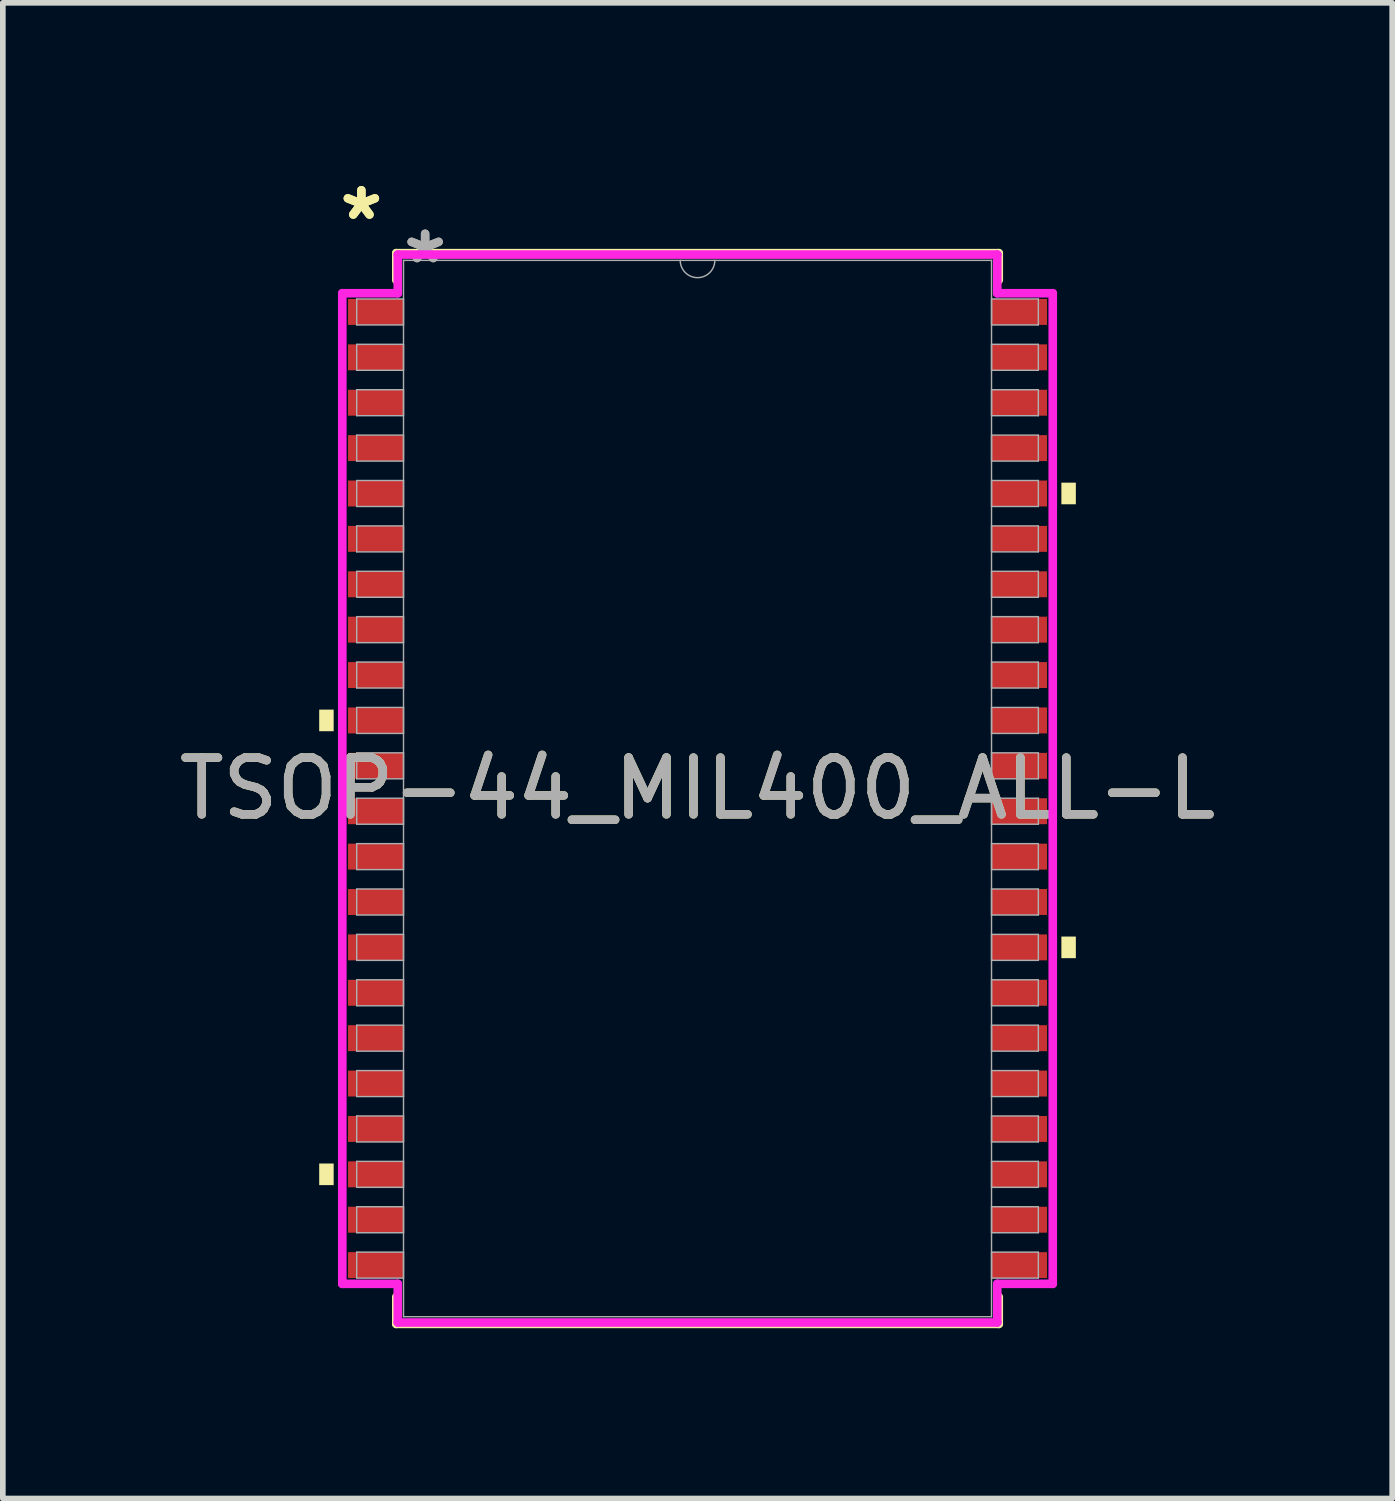
<source format=kicad_pcb>
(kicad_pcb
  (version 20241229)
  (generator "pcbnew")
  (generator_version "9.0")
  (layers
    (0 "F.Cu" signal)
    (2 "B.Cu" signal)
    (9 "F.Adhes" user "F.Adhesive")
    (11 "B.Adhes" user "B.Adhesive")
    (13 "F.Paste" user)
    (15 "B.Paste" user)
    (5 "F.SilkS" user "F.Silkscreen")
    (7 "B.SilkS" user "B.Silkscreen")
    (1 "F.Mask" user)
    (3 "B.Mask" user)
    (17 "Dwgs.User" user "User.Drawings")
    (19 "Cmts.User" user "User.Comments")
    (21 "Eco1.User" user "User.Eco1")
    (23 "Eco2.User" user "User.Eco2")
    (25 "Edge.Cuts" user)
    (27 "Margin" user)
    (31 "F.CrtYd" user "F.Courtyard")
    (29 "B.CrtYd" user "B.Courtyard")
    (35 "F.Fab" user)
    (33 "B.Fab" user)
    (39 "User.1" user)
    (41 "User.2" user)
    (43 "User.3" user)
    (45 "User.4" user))
  (footprint "TSOP-44_MIL400_ALL-L"
    (layer "F.Cu")
    (at 9.244 10.848)
    (property "Reference" "TSOP-44_MIL400_ALL-L" (at 0 0 0) (unlocked yes) (layer "F.SilkS") (effects (font (size 1 1) (thickness 0.15))))
    (attr smd)
    (fp_line (start -5.309 -9.436) (end -5.309 -8.961) (stroke (width 0.152) (type solid)) (layer "F.SilkS"))
    (fp_line (start -5.309 8.961) (end -5.309 9.436) (stroke (width 0.152) (type solid)) (layer "F.SilkS"))
    (fp_line (start -5.309 9.436) (end 5.309 9.436) (stroke (width 0.152) (type solid)) (layer "F.SilkS"))
    (fp_line (start 5.309 -9.436) (end -5.309 -9.436) (stroke (width 0.152) (type solid)) (layer "F.SilkS"))
    (fp_line (start 5.309 -8.961) (end 5.309 -9.436) (stroke (width 0.152) (type solid)) (layer "F.SilkS"))
    (fp_line (start 5.309 9.436) (end 5.309 8.961) (stroke (width 0.152) (type solid)) (layer "F.SilkS"))
    (fp_poly (pts (xy -6.668 -1.391) (xy -6.668 -1.01) (xy -6.413 -1.01) (xy -6.413 -1.391)) (stroke (width 0) (type solid)) (fill yes) (layer "F.SilkS"))
    (fp_poly (pts (xy -6.668 6.609) (xy -6.668 6.99) (xy -6.413 6.99) (xy -6.413 6.609)) (stroke (width 0) (type solid)) (fill yes) (layer "F.SilkS"))
    (fp_poly (pts (xy 6.668 -5.391) (xy 6.668 -5.01) (xy 6.413 -5.01) (xy 6.413 -5.391)) (stroke (width 0) (type solid)) (fill yes) (layer "F.SilkS"))
    (fp_poly (pts (xy 6.668 2.609) (xy 6.668 2.99) (xy 6.413 2.99) (xy 6.413 2.609)) (stroke (width 0) (type solid)) (fill yes) (layer "F.SilkS"))
    (fp_line (start -6.261 -8.73) (end -5.283 -8.73) (stroke (width 0.152) (type solid)) (layer "F.CrtYd"))
    (fp_line (start -6.261 8.73) (end -6.261 -8.73) (stroke (width 0.152) (type solid)) (layer "F.CrtYd"))
    (fp_line (start -6.261 8.73) (end -5.283 8.73) (stroke (width 0.152) (type solid)) (layer "F.CrtYd"))
    (fp_line (start -5.283 -9.411) (end 5.283 -9.411) (stroke (width 0.152) (type solid)) (layer "F.CrtYd"))
    (fp_line (start -5.283 -8.73) (end -5.283 -9.411) (stroke (width 0.152) (type solid)) (layer "F.CrtYd"))
    (fp_line (start -5.283 9.411) (end -5.283 8.73) (stroke (width 0.152) (type solid)) (layer "F.CrtYd"))
    (fp_line (start 5.283 -9.411) (end 5.283 -8.73) (stroke (width 0.152) (type solid)) (layer "F.CrtYd"))
    (fp_line (start 5.283 8.73) (end 5.283 9.411) (stroke (width 0.152) (type solid)) (layer "F.CrtYd"))
    (fp_line (start 5.283 9.411) (end -5.283 9.411) (stroke (width 0.152) (type solid)) (layer "F.CrtYd"))
    (fp_line (start 6.261 -8.73) (end 5.283 -8.73) (stroke (width 0.152) (type solid)) (layer "F.CrtYd"))
    (fp_line (start 6.261 -8.73) (end 6.261 8.73) (stroke (width 0.152) (type solid)) (layer "F.CrtYd"))
    (fp_line (start 6.261 8.73) (end 5.283 8.73) (stroke (width 0.152) (type solid)) (layer "F.CrtYd"))
    (fp_line (start -6.007 -8.629) (end -6.007 -8.171) (stroke (width 0.025) (type solid)) (layer "F.Fab"))
    (fp_line (start -6.007 -8.171) (end -5.182 -8.171) (stroke (width 0.025) (type solid)) (layer "F.Fab"))
    (fp_line (start -6.007 -7.829) (end -6.007 -7.371) (stroke (width 0.025) (type solid)) (layer "F.Fab"))
    (fp_line (start -6.007 -7.371) (end -5.182 -7.371) (stroke (width 0.025) (type solid)) (layer "F.Fab"))
    (fp_line (start -6.007 -7.029) (end -6.007 -6.571) (stroke (width 0.025) (type solid)) (layer "F.Fab"))
    (fp_line (start -6.007 -6.571) (end -5.182 -6.571) (stroke (width 0.025) (type solid)) (layer "F.Fab"))
    (fp_line (start -6.007 -6.229) (end -6.007 -5.771) (stroke (width 0.025) (type solid)) (layer "F.Fab"))
    (fp_line (start -6.007 -5.771) (end -5.182 -5.771) (stroke (width 0.025) (type solid)) (layer "F.Fab"))
    (fp_line (start -6.007 -5.429) (end -6.007 -4.971) (stroke (width 0.025) (type solid)) (layer "F.Fab"))
    (fp_line (start -6.007 -4.971) (end -5.182 -4.971) (stroke (width 0.025) (type solid)) (layer "F.Fab"))
    (fp_line (start -6.007 -4.629) (end -6.007 -4.171) (stroke (width 0.025) (type solid)) (layer "F.Fab"))
    (fp_line (start -6.007 -4.171) (end -5.182 -4.171) (stroke (width 0.025) (type solid)) (layer "F.Fab"))
    (fp_line (start -6.007 -3.829) (end -6.007 -3.371) (stroke (width 0.025) (type solid)) (layer "F.Fab"))
    (fp_line (start -6.007 -3.371) (end -5.182 -3.371) (stroke (width 0.025) (type solid)) (layer "F.Fab"))
    (fp_line (start -6.007 -3.029) (end -6.007 -2.571) (stroke (width 0.025) (type solid)) (layer "F.Fab"))
    (fp_line (start -6.007 -2.571) (end -5.182 -2.571) (stroke (width 0.025) (type solid)) (layer "F.Fab"))
    (fp_line (start -6.007 -2.229) (end -6.007 -1.771) (stroke (width 0.025) (type solid)) (layer "F.Fab"))
    (fp_line (start -6.007 -1.771) (end -5.182 -1.771) (stroke (width 0.025) (type solid)) (layer "F.Fab"))
    (fp_line (start -6.007 -1.429) (end -6.007 -0.971) (stroke (width 0.025) (type solid)) (layer "F.Fab"))
    (fp_line (start -6.007 -0.971) (end -5.182 -0.971) (stroke (width 0.025) (type solid)) (layer "F.Fab"))
    (fp_line (start -6.007 -0.629) (end -6.007 -0.171) (stroke (width 0.025) (type solid)) (layer "F.Fab"))
    (fp_line (start -6.007 -0.171) (end -5.182 -0.171) (stroke (width 0.025) (type solid)) (layer "F.Fab"))
    (fp_line (start -6.007 0.171) (end -6.007 0.629) (stroke (width 0.025) (type solid)) (layer "F.Fab"))
    (fp_line (start -6.007 0.629) (end -5.182 0.629) (stroke (width 0.025) (type solid)) (layer "F.Fab"))
    (fp_line (start -6.007 0.971) (end -6.007 1.429) (stroke (width 0.025) (type solid)) (layer "F.Fab"))
    (fp_line (start -6.007 1.429) (end -5.182 1.429) (stroke (width 0.025) (type solid)) (layer "F.Fab"))
    (fp_line (start -6.007 1.771) (end -6.007 2.229) (stroke (width 0.025) (type solid)) (layer "F.Fab"))
    (fp_line (start -6.007 2.229) (end -5.182 2.229) (stroke (width 0.025) (type solid)) (layer "F.Fab"))
    (fp_line (start -6.007 2.571) (end -6.007 3.029) (stroke (width 0.025) (type solid)) (layer "F.Fab"))
    (fp_line (start -6.007 3.029) (end -5.182 3.029) (stroke (width 0.025) (type solid)) (layer "F.Fab"))
    (fp_line (start -6.007 3.371) (end -6.007 3.829) (stroke (width 0.025) (type solid)) (layer "F.Fab"))
    (fp_line (start -6.007 3.829) (end -5.182 3.829) (stroke (width 0.025) (type solid)) (layer "F.Fab"))
    (fp_line (start -6.007 4.171) (end -6.007 4.629) (stroke (width 0.025) (type solid)) (layer "F.Fab"))
    (fp_line (start -6.007 4.629) (end -5.182 4.629) (stroke (width 0.025) (type solid)) (layer "F.Fab"))
    (fp_line (start -6.007 4.971) (end -6.007 5.429) (stroke (width 0.025) (type solid)) (layer "F.Fab"))
    (fp_line (start -6.007 5.429) (end -5.182 5.429) (stroke (width 0.025) (type solid)) (layer "F.Fab"))
    (fp_line (start -6.007 5.771) (end -6.007 6.229) (stroke (width 0.025) (type solid)) (layer "F.Fab"))
    (fp_line (start -6.007 6.229) (end -5.182 6.229) (stroke (width 0.025) (type solid)) (layer "F.Fab"))
    (fp_line (start -6.007 6.571) (end -6.007 7.029) (stroke (width 0.025) (type solid)) (layer "F.Fab"))
    (fp_line (start -6.007 7.029) (end -5.182 7.029) (stroke (width 0.025) (type solid)) (layer "F.Fab"))
    (fp_line (start -6.007 7.371) (end -6.007 7.829) (stroke (width 0.025) (type solid)) (layer "F.Fab"))
    (fp_line (start -6.007 7.829) (end -5.182 7.829) (stroke (width 0.025) (type solid)) (layer "F.Fab"))
    (fp_line (start -6.007 8.171) (end -6.007 8.629) (stroke (width 0.025) (type solid)) (layer "F.Fab"))
    (fp_line (start -6.007 8.629) (end -5.182 8.629) (stroke (width 0.025) (type solid)) (layer "F.Fab"))
    (fp_line (start -5.182 -9.309) (end -5.182 9.309) (stroke (width 0.025) (type solid)) (layer "F.Fab"))
    (fp_line (start -5.182 -8.629) (end -6.007 -8.629) (stroke (width 0.025) (type solid)) (layer "F.Fab"))
    (fp_line (start -5.182 -8.171) (end -5.182 -8.629) (stroke (width 0.025) (type solid)) (layer "F.Fab"))
    (fp_line (start -5.182 -7.829) (end -6.007 -7.829) (stroke (width 0.025) (type solid)) (layer "F.Fab"))
    (fp_line (start -5.182 -7.371) (end -5.182 -7.829) (stroke (width 0.025) (type solid)) (layer "F.Fab"))
    (fp_line (start -5.182 -7.029) (end -6.007 -7.029) (stroke (width 0.025) (type solid)) (layer "F.Fab"))
    (fp_line (start -5.182 -6.571) (end -5.182 -7.029) (stroke (width 0.025) (type solid)) (layer "F.Fab"))
    (fp_line (start -5.182 -6.229) (end -6.007 -6.229) (stroke (width 0.025) (type solid)) (layer "F.Fab"))
    (fp_line (start -5.182 -5.771) (end -5.182 -6.229) (stroke (width 0.025) (type solid)) (layer "F.Fab"))
    (fp_line (start -5.182 -5.429) (end -6.007 -5.429) (stroke (width 0.025) (type solid)) (layer "F.Fab"))
    (fp_line (start -5.182 -4.971) (end -5.182 -5.429) (stroke (width 0.025) (type solid)) (layer "F.Fab"))
    (fp_line (start -5.182 -4.629) (end -6.007 -4.629) (stroke (width 0.025) (type solid)) (layer "F.Fab"))
    (fp_line (start -5.182 -4.171) (end -5.182 -4.629) (stroke (width 0.025) (type solid)) (layer "F.Fab"))
    (fp_line (start -5.182 -3.829) (end -6.007 -3.829) (stroke (width 0.025) (type solid)) (layer "F.Fab"))
    (fp_line (start -5.182 -3.371) (end -5.182 -3.829) (stroke (width 0.025) (type solid)) (layer "F.Fab"))
    (fp_line (start -5.182 -3.029) (end -6.007 -3.029) (stroke (width 0.025) (type solid)) (layer "F.Fab"))
    (fp_line (start -5.182 -2.571) (end -5.182 -3.029) (stroke (width 0.025) (type solid)) (layer "F.Fab"))
    (fp_line (start -5.182 -2.229) (end -6.007 -2.229) (stroke (width 0.025) (type solid)) (layer "F.Fab"))
    (fp_line (start -5.182 -1.771) (end -5.182 -2.229) (stroke (width 0.025) (type solid)) (layer "F.Fab"))
    (fp_line (start -5.182 -1.429) (end -6.007 -1.429) (stroke (width 0.025) (type solid)) (layer "F.Fab"))
    (fp_line (start -5.182 -0.971) (end -5.182 -1.429) (stroke (width 0.025) (type solid)) (layer "F.Fab"))
    (fp_line (start -5.182 -0.629) (end -6.007 -0.629) (stroke (width 0.025) (type solid)) (layer "F.Fab"))
    (fp_line (start -5.182 -0.171) (end -5.182 -0.629) (stroke (width 0.025) (type solid)) (layer "F.Fab"))
    (fp_line (start -5.182 0.171) (end -6.007 0.171) (stroke (width 0.025) (type solid)) (layer "F.Fab"))
    (fp_line (start -5.182 0.629) (end -5.182 0.171) (stroke (width 0.025) (type solid)) (layer "F.Fab"))
    (fp_line (start -5.182 0.971) (end -6.007 0.971) (stroke (width 0.025) (type solid)) (layer "F.Fab"))
    (fp_line (start -5.182 1.429) (end -5.182 0.971) (stroke (width 0.025) (type solid)) (layer "F.Fab"))
    (fp_line (start -5.182 1.771) (end -6.007 1.771) (stroke (width 0.025) (type solid)) (layer "F.Fab"))
    (fp_line (start -5.182 2.229) (end -5.182 1.771) (stroke (width 0.025) (type solid)) (layer "F.Fab"))
    (fp_line (start -5.182 2.571) (end -6.007 2.571) (stroke (width 0.025) (type solid)) (layer "F.Fab"))
    (fp_line (start -5.182 3.029) (end -5.182 2.571) (stroke (width 0.025) (type solid)) (layer "F.Fab"))
    (fp_line (start -5.182 3.371) (end -6.007 3.371) (stroke (width 0.025) (type solid)) (layer "F.Fab"))
    (fp_line (start -5.182 3.829) (end -5.182 3.371) (stroke (width 0.025) (type solid)) (layer "F.Fab"))
    (fp_line (start -5.182 4.171) (end -6.007 4.171) (stroke (width 0.025) (type solid)) (layer "F.Fab"))
    (fp_line (start -5.182 4.629) (end -5.182 4.171) (stroke (width 0.025) (type solid)) (layer "F.Fab"))
    (fp_line (start -5.182 4.971) (end -6.007 4.971) (stroke (width 0.025) (type solid)) (layer "F.Fab"))
    (fp_line (start -5.182 5.429) (end -5.182 4.971) (stroke (width 0.025) (type solid)) (layer "F.Fab"))
    (fp_line (start -5.182 5.771) (end -6.007 5.771) (stroke (width 0.025) (type solid)) (layer "F.Fab"))
    (fp_line (start -5.182 6.229) (end -5.182 5.771) (stroke (width 0.025) (type solid)) (layer "F.Fab"))
    (fp_line (start -5.182 6.571) (end -6.007 6.571) (stroke (width 0.025) (type solid)) (layer "F.Fab"))
    (fp_line (start -5.182 7.029) (end -5.182 6.571) (stroke (width 0.025) (type solid)) (layer "F.Fab"))
    (fp_line (start -5.182 7.371) (end -6.007 7.371) (stroke (width 0.025) (type solid)) (layer "F.Fab"))
    (fp_line (start -5.182 7.829) (end -5.182 7.371) (stroke (width 0.025) (type solid)) (layer "F.Fab"))
    (fp_line (start -5.182 8.171) (end -6.007 8.171) (stroke (width 0.025) (type solid)) (layer "F.Fab"))
    (fp_line (start -5.182 8.629) (end -5.182 8.171) (stroke (width 0.025) (type solid)) (layer "F.Fab"))
    (fp_line (start -5.182 9.309) (end 5.182 9.309) (stroke (width 0.025) (type solid)) (layer "F.Fab"))
    (fp_line (start 5.182 -9.309) (end -5.182 -9.309) (stroke (width 0.025) (type solid)) (layer "F.Fab"))
    (fp_line (start 5.182 -8.629) (end 5.182 -8.171) (stroke (width 0.025) (type solid)) (layer "F.Fab"))
    (fp_line (start 5.182 -8.171) (end 6.007 -8.171) (stroke (width 0.025) (type solid)) (layer "F.Fab"))
    (fp_line (start 5.182 -7.829) (end 5.182 -7.371) (stroke (width 0.025) (type solid)) (layer "F.Fab"))
    (fp_line (start 5.182 -7.371) (end 6.007 -7.371) (stroke (width 0.025) (type solid)) (layer "F.Fab"))
    (fp_line (start 5.182 -7.029) (end 5.182 -6.571) (stroke (width 0.025) (type solid)) (layer "F.Fab"))
    (fp_line (start 5.182 -6.571) (end 6.007 -6.571) (stroke (width 0.025) (type solid)) (layer "F.Fab"))
    (fp_line (start 5.182 -6.229) (end 5.182 -5.771) (stroke (width 0.025) (type solid)) (layer "F.Fab"))
    (fp_line (start 5.182 -5.771) (end 6.007 -5.771) (stroke (width 0.025) (type solid)) (layer "F.Fab"))
    (fp_line (start 5.182 -5.429) (end 5.182 -4.971) (stroke (width 0.025) (type solid)) (layer "F.Fab"))
    (fp_line (start 5.182 -4.971) (end 6.007 -4.971) (stroke (width 0.025) (type solid)) (layer "F.Fab"))
    (fp_line (start 5.182 -4.629) (end 5.182 -4.171) (stroke (width 0.025) (type solid)) (layer "F.Fab"))
    (fp_line (start 5.182 -4.171) (end 6.007 -4.171) (stroke (width 0.025) (type solid)) (layer "F.Fab"))
    (fp_line (start 5.182 -3.829) (end 5.182 -3.371) (stroke (width 0.025) (type solid)) (layer "F.Fab"))
    (fp_line (start 5.182 -3.371) (end 6.007 -3.371) (stroke (width 0.025) (type solid)) (layer "F.Fab"))
    (fp_line (start 5.182 -3.029) (end 5.182 -2.571) (stroke (width 0.025) (type solid)) (layer "F.Fab"))
    (fp_line (start 5.182 -2.571) (end 6.007 -2.571) (stroke (width 0.025) (type solid)) (layer "F.Fab"))
    (fp_line (start 5.182 -2.229) (end 5.182 -1.771) (stroke (width 0.025) (type solid)) (layer "F.Fab"))
    (fp_line (start 5.182 -1.771) (end 6.007 -1.771) (stroke (width 0.025) (type solid)) (layer "F.Fab"))
    (fp_line (start 5.182 -1.429) (end 5.182 -0.971) (stroke (width 0.025) (type solid)) (layer "F.Fab"))
    (fp_line (start 5.182 -0.971) (end 6.007 -0.971) (stroke (width 0.025) (type solid)) (layer "F.Fab"))
    (fp_line (start 5.182 -0.629) (end 5.182 -0.171) (stroke (width 0.025) (type solid)) (layer "F.Fab"))
    (fp_line (start 5.182 -0.171) (end 6.007 -0.171) (stroke (width 0.025) (type solid)) (layer "F.Fab"))
    (fp_line (start 5.182 0.171) (end 5.182 0.629) (stroke (width 0.025) (type solid)) (layer "F.Fab"))
    (fp_line (start 5.182 0.629) (end 6.007 0.629) (stroke (width 0.025) (type solid)) (layer "F.Fab"))
    (fp_line (start 5.182 0.971) (end 5.182 1.429) (stroke (width 0.025) (type solid)) (layer "F.Fab"))
    (fp_line (start 5.182 1.429) (end 6.007 1.429) (stroke (width 0.025) (type solid)) (layer "F.Fab"))
    (fp_line (start 5.182 1.771) (end 5.182 2.229) (stroke (width 0.025) (type solid)) (layer "F.Fab"))
    (fp_line (start 5.182 2.229) (end 6.007 2.229) (stroke (width 0.025) (type solid)) (layer "F.Fab"))
    (fp_line (start 5.182 2.571) (end 5.182 3.029) (stroke (width 0.025) (type solid)) (layer "F.Fab"))
    (fp_line (start 5.182 3.029) (end 6.007 3.029) (stroke (width 0.025) (type solid)) (layer "F.Fab"))
    (fp_line (start 5.182 3.371) (end 5.182 3.829) (stroke (width 0.025) (type solid)) (layer "F.Fab"))
    (fp_line (start 5.182 3.829) (end 6.007 3.829) (stroke (width 0.025) (type solid)) (layer "F.Fab"))
    (fp_line (start 5.182 4.171) (end 5.182 4.629) (stroke (width 0.025) (type solid)) (layer "F.Fab"))
    (fp_line (start 5.182 4.629) (end 6.007 4.629) (stroke (width 0.025) (type solid)) (layer "F.Fab"))
    (fp_line (start 5.182 4.971) (end 5.182 5.429) (stroke (width 0.025) (type solid)) (layer "F.Fab"))
    (fp_line (start 5.182 5.429) (end 6.007 5.429) (stroke (width 0.025) (type solid)) (layer "F.Fab"))
    (fp_line (start 5.182 5.771) (end 5.182 6.229) (stroke (width 0.025) (type solid)) (layer "F.Fab"))
    (fp_line (start 5.182 6.229) (end 6.007 6.229) (stroke (width 0.025) (type solid)) (layer "F.Fab"))
    (fp_line (start 5.182 6.571) (end 5.182 7.029) (stroke (width 0.025) (type solid)) (layer "F.Fab"))
    (fp_line (start 5.182 7.029) (end 6.007 7.029) (stroke (width 0.025) (type solid)) (layer "F.Fab"))
    (fp_line (start 5.182 7.371) (end 5.182 7.829) (stroke (width 0.025) (type solid)) (layer "F.Fab"))
    (fp_line (start 5.182 7.829) (end 6.007 7.829) (stroke (width 0.025) (type solid)) (layer "F.Fab"))
    (fp_line (start 5.182 8.171) (end 5.182 8.629) (stroke (width 0.025) (type solid)) (layer "F.Fab"))
    (fp_line (start 5.182 8.629) (end 6.007 8.629) (stroke (width 0.025) (type solid)) (layer "F.Fab"))
    (fp_line (start 5.182 9.309) (end 5.182 -9.309) (stroke (width 0.025) (type solid)) (layer "F.Fab"))
    (fp_line (start 6.007 -8.629) (end 5.182 -8.629) (stroke (width 0.025) (type solid)) (layer "F.Fab"))
    (fp_line (start 6.007 -8.171) (end 6.007 -8.629) (stroke (width 0.025) (type solid)) (layer "F.Fab"))
    (fp_line (start 6.007 -7.829) (end 5.182 -7.829) (stroke (width 0.025) (type solid)) (layer "F.Fab"))
    (fp_line (start 6.007 -7.371) (end 6.007 -7.829) (stroke (width 0.025) (type solid)) (layer "F.Fab"))
    (fp_line (start 6.007 -7.029) (end 5.182 -7.029) (stroke (width 0.025) (type solid)) (layer "F.Fab"))
    (fp_line (start 6.007 -6.571) (end 6.007 -7.029) (stroke (width 0.025) (type solid)) (layer "F.Fab"))
    (fp_line (start 6.007 -6.229) (end 5.182 -6.229) (stroke (width 0.025) (type solid)) (layer "F.Fab"))
    (fp_line (start 6.007 -5.771) (end 6.007 -6.229) (stroke (width 0.025) (type solid)) (layer "F.Fab"))
    (fp_line (start 6.007 -5.429) (end 5.182 -5.429) (stroke (width 0.025) (type solid)) (layer "F.Fab"))
    (fp_line (start 6.007 -4.971) (end 6.007 -5.429) (stroke (width 0.025) (type solid)) (layer "F.Fab"))
    (fp_line (start 6.007 -4.629) (end 5.182 -4.629) (stroke (width 0.025) (type solid)) (layer "F.Fab"))
    (fp_line (start 6.007 -4.171) (end 6.007 -4.629) (stroke (width 0.025) (type solid)) (layer "F.Fab"))
    (fp_line (start 6.007 -3.829) (end 5.182 -3.829) (stroke (width 0.025) (type solid)) (layer "F.Fab"))
    (fp_line (start 6.007 -3.371) (end 6.007 -3.829) (stroke (width 0.025) (type solid)) (layer "F.Fab"))
    (fp_line (start 6.007 -3.029) (end 5.182 -3.029) (stroke (width 0.025) (type solid)) (layer "F.Fab"))
    (fp_line (start 6.007 -2.571) (end 6.007 -3.029) (stroke (width 0.025) (type solid)) (layer "F.Fab"))
    (fp_line (start 6.007 -2.229) (end 5.182 -2.229) (stroke (width 0.025) (type solid)) (layer "F.Fab"))
    (fp_line (start 6.007 -1.771) (end 6.007 -2.229) (stroke (width 0.025) (type solid)) (layer "F.Fab"))
    (fp_line (start 6.007 -1.429) (end 5.182 -1.429) (stroke (width 0.025) (type solid)) (layer "F.Fab"))
    (fp_line (start 6.007 -0.971) (end 6.007 -1.429) (stroke (width 0.025) (type solid)) (layer "F.Fab"))
    (fp_line (start 6.007 -0.629) (end 5.182 -0.629) (stroke (width 0.025) (type solid)) (layer "F.Fab"))
    (fp_line (start 6.007 -0.171) (end 6.007 -0.629) (stroke (width 0.025) (type solid)) (layer "F.Fab"))
    (fp_line (start 6.007 0.171) (end 5.182 0.171) (stroke (width 0.025) (type solid)) (layer "F.Fab"))
    (fp_line (start 6.007 0.629) (end 6.007 0.171) (stroke (width 0.025) (type solid)) (layer "F.Fab"))
    (fp_line (start 6.007 0.971) (end 5.182 0.971) (stroke (width 0.025) (type solid)) (layer "F.Fab"))
    (fp_line (start 6.007 1.429) (end 6.007 0.971) (stroke (width 0.025) (type solid)) (layer "F.Fab"))
    (fp_line (start 6.007 1.771) (end 5.182 1.771) (stroke (width 0.025) (type solid)) (layer "F.Fab"))
    (fp_line (start 6.007 2.229) (end 6.007 1.771) (stroke (width 0.025) (type solid)) (layer "F.Fab"))
    (fp_line (start 6.007 2.571) (end 5.182 2.571) (stroke (width 0.025) (type solid)) (layer "F.Fab"))
    (fp_line (start 6.007 3.029) (end 6.007 2.571) (stroke (width 0.025) (type solid)) (layer "F.Fab"))
    (fp_line (start 6.007 3.371) (end 5.182 3.371) (stroke (width 0.025) (type solid)) (layer "F.Fab"))
    (fp_line (start 6.007 3.829) (end 6.007 3.371) (stroke (width 0.025) (type solid)) (layer "F.Fab"))
    (fp_line (start 6.007 4.171) (end 5.182 4.171) (stroke (width 0.025) (type solid)) (layer "F.Fab"))
    (fp_line (start 6.007 4.629) (end 6.007 4.171) (stroke (width 0.025) (type solid)) (layer "F.Fab"))
    (fp_line (start 6.007 4.971) (end 5.182 4.971) (stroke (width 0.025) (type solid)) (layer "F.Fab"))
    (fp_line (start 6.007 5.429) (end 6.007 4.971) (stroke (width 0.025) (type solid)) (layer "F.Fab"))
    (fp_line (start 6.007 5.771) (end 5.182 5.771) (stroke (width 0.025) (type solid)) (layer "F.Fab"))
    (fp_line (start 6.007 6.229) (end 6.007 5.771) (stroke (width 0.025) (type solid)) (layer "F.Fab"))
    (fp_line (start 6.007 6.571) (end 5.182 6.571) (stroke (width 0.025) (type solid)) (layer "F.Fab"))
    (fp_line (start 6.007 7.029) (end 6.007 6.571) (stroke (width 0.025) (type solid)) (layer "F.Fab"))
    (fp_line (start 6.007 7.371) (end 5.182 7.371) (stroke (width 0.025) (type solid)) (layer "F.Fab"))
    (fp_line (start 6.007 7.829) (end 6.007 7.371) (stroke (width 0.025) (type solid)) (layer "F.Fab"))
    (fp_line (start 6.007 8.171) (end 5.182 8.171) (stroke (width 0.025) (type solid)) (layer "F.Fab"))
    (fp_line (start 6.007 8.629) (end 6.007 8.171) (stroke (width 0.025) (type solid)) (layer "F.Fab"))
    (fp_arc (start 0.3048 -9.3091) (mid 0 -9.0043) (end -0.3048 -9.3091) (stroke (width 0.0254) (type solid)) (layer "F.Fab"))
    (fp_text user "*" (at -5.925 -10 0) (unlocked yes) (layer "F.SilkS") (effects (font (size 1 1) (thickness 0.15))))
    (fp_text user "*" (at -5.925 -10 0) (layer "F.SilkS") (effects (font (size 1 1) (thickness 0.15))))
    (fp_text user "*" (at -4.801 -9.233 0) (layer "F.Fab") (effects (font (size 1 1) (thickness 0.15))))
    (fp_text user "${REFERENCE}" (at 0 0 0) (unlocked yes) (layer "F.Fab") (effects (font (size 1 1) (thickness 0.15))))
    (fp_text user "*" (at -4.801 -9.233 0) (unlocked yes) (layer "F.Fab") (effects (font (size 1 1) (thickness 0.15))))
    (pad "1" smd rect (at -5.671 -8.4) (size 0.978 0.457) (layers "F.Cu" "F.Mask" "F.Paste"))
    (pad "2" smd rect (at -5.671 -7.6) (size 0.978 0.457) (layers "F.Cu" "F.Mask" "F.Paste"))
    (pad "3" smd rect (at -5.671 -6.8) (size 0.978 0.457) (layers "F.Cu" "F.Mask" "F.Paste"))
    (pad "4" smd rect (at -5.671 -6) (size 0.978 0.457) (layers "F.Cu" "F.Mask" "F.Paste"))
    (pad "5" smd rect (at -5.671 -5.2) (size 0.978 0.457) (layers "F.Cu" "F.Mask" "F.Paste"))
    (pad "6" smd rect (at -5.671 -4.4) (size 0.978 0.457) (layers "F.Cu" "F.Mask" "F.Paste"))
    (pad "7" smd rect (at -5.671 -3.6) (size 0.978 0.457) (layers "F.Cu" "F.Mask" "F.Paste"))
    (pad "8" smd rect (at -5.671 -2.8) (size 0.978 0.457) (layers "F.Cu" "F.Mask" "F.Paste"))
    (pad "9" smd rect (at -5.671 -2) (size 0.978 0.457) (layers "F.Cu" "F.Mask" "F.Paste"))
    (pad "10" smd rect (at -5.671 -1.2) (size 0.978 0.457) (layers "F.Cu" "F.Mask" "F.Paste"))
    (pad "11" smd rect (at -5.671 -0.4) (size 0.978 0.457) (layers "F.Cu" "F.Mask" "F.Paste"))
    (pad "12" smd rect (at -5.671 0.4) (size 0.978 0.457) (layers "F.Cu" "F.Mask" "F.Paste"))
    (pad "13" smd rect (at -5.671 1.2) (size 0.978 0.457) (layers "F.Cu" "F.Mask" "F.Paste"))
    (pad "14" smd rect (at -5.671 2) (size 0.978 0.457) (layers "F.Cu" "F.Mask" "F.Paste"))
    (pad "15" smd rect (at -5.671 2.8) (size 0.978 0.457) (layers "F.Cu" "F.Mask" "F.Paste"))
    (pad "16" smd rect (at -5.671 3.6) (size 0.978 0.457) (layers "F.Cu" "F.Mask" "F.Paste"))
    (pad "17" smd rect (at -5.671 4.4) (size 0.978 0.457) (layers "F.Cu" "F.Mask" "F.Paste"))
    (pad "18" smd rect (at -5.671 5.2) (size 0.978 0.457) (layers "F.Cu" "F.Mask" "F.Paste"))
    (pad "19" smd rect (at -5.671 6) (size 0.978 0.457) (layers "F.Cu" "F.Mask" "F.Paste"))
    (pad "20" smd rect (at -5.671 6.8) (size 0.978 0.457) (layers "F.Cu" "F.Mask" "F.Paste"))
    (pad "21" smd rect (at -5.671 7.6) (size 0.978 0.457) (layers "F.Cu" "F.Mask" "F.Paste"))
    (pad "22" smd rect (at -5.671 8.4) (size 0.978 0.457) (layers "F.Cu" "F.Mask" "F.Paste"))
    (pad "23" smd rect (at 5.671 8.4) (size 0.978 0.457) (layers "F.Cu" "F.Mask" "F.Paste"))
    (pad "24" smd rect (at 5.671 7.6) (size 0.978 0.457) (layers "F.Cu" "F.Mask" "F.Paste"))
    (pad "25" smd rect (at 5.671 6.8) (size 0.978 0.457) (layers "F.Cu" "F.Mask" "F.Paste"))
    (pad "26" smd rect (at 5.671 6) (size 0.978 0.457) (layers "F.Cu" "F.Mask" "F.Paste"))
    (pad "27" smd rect (at 5.671 5.2) (size 0.978 0.457) (layers "F.Cu" "F.Mask" "F.Paste"))
    (pad "28" smd rect (at 5.671 4.4) (size 0.978 0.457) (layers "F.Cu" "F.Mask" "F.Paste"))
    (pad "29" smd rect (at 5.671 3.6) (size 0.978 0.457) (layers "F.Cu" "F.Mask" "F.Paste"))
    (pad "30" smd rect (at 5.671 2.8) (size 0.978 0.457) (layers "F.Cu" "F.Mask" "F.Paste"))
    (pad "31" smd rect (at 5.671 2) (size 0.978 0.457) (layers "F.Cu" "F.Mask" "F.Paste"))
    (pad "32" smd rect (at 5.671 1.2) (size 0.978 0.457) (layers "F.Cu" "F.Mask" "F.Paste"))
    (pad "33" smd rect (at 5.671 0.4) (size 0.978 0.457) (layers "F.Cu" "F.Mask" "F.Paste"))
    (pad "34" smd rect (at 5.671 -0.4) (size 0.978 0.457) (layers "F.Cu" "F.Mask" "F.Paste"))
    (pad "35" smd rect (at 5.671 -1.2) (size 0.978 0.457) (layers "F.Cu" "F.Mask" "F.Paste"))
    (pad "36" smd rect (at 5.671 -2) (size 0.978 0.457) (layers "F.Cu" "F.Mask" "F.Paste"))
    (pad "37" smd rect (at 5.671 -2.8) (size 0.978 0.457) (layers "F.Cu" "F.Mask" "F.Paste"))
    (pad "38" smd rect (at 5.671 -3.6) (size 0.978 0.457) (layers "F.Cu" "F.Mask" "F.Paste"))
    (pad "39" smd rect (at 5.671 -4.4) (size 0.978 0.457) (layers "F.Cu" "F.Mask" "F.Paste"))
    (pad "40" smd rect (at 5.671 -5.2) (size 0.978 0.457) (layers "F.Cu" "F.Mask" "F.Paste"))
    (pad "41" smd rect (at 5.671 -6) (size 0.978 0.457) (layers "F.Cu" "F.Mask" "F.Paste"))
    (pad "42" smd rect (at 5.671 -6.8) (size 0.978 0.457) (layers "F.Cu" "F.Mask" "F.Paste"))
    (pad "43" smd rect (at 5.671 -7.6) (size 0.978 0.457) (layers "F.Cu" "F.Mask" "F.Paste"))
    (pad "44" smd rect (at 5.671 -8.4) (size 0.978 0.457) (layers "F.Cu" "F.Mask" "F.Paste")))
  (gr_rect
    (start -3 -3)
    (end 21.488 23.361)
    (stroke (width 0.1) (type default))
    (fill no)
    (layer "Edge.Cuts")))
</source>
